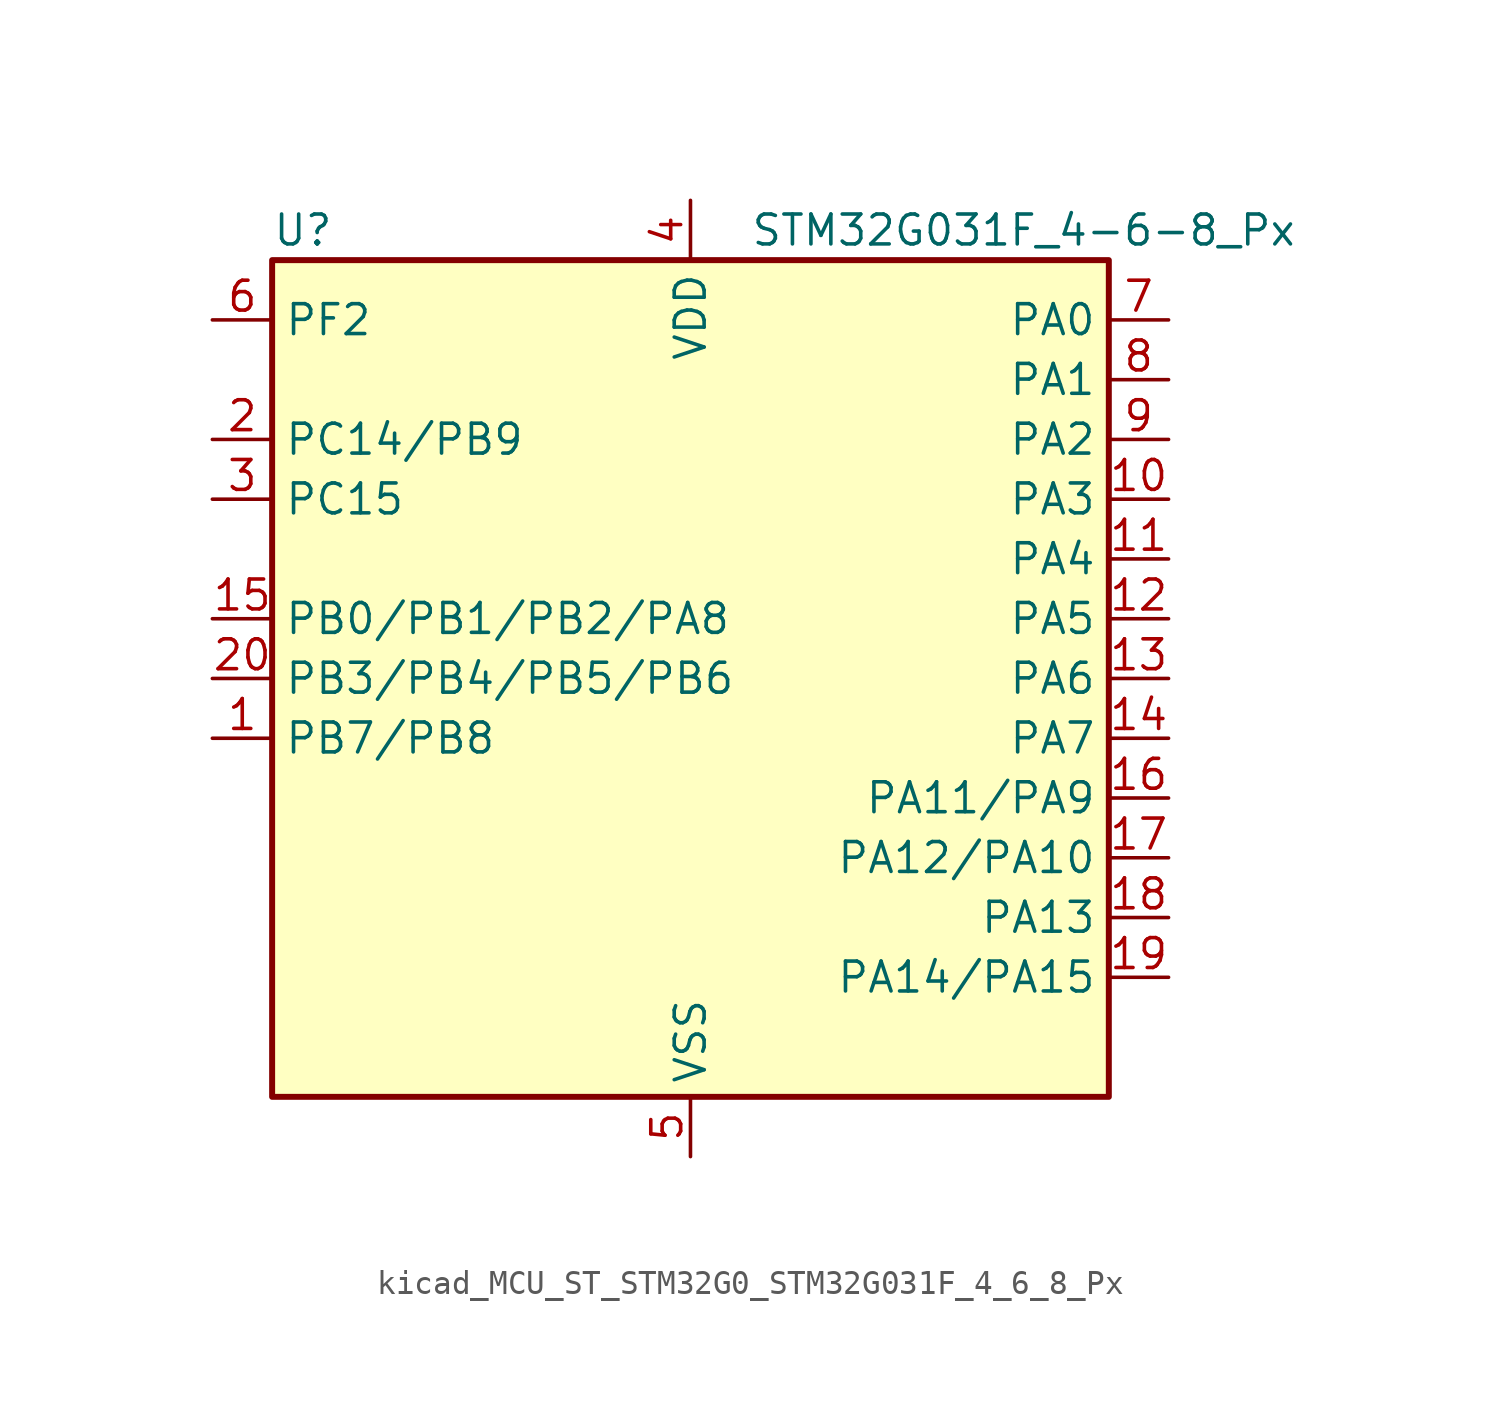
<source format=kicad_sym>
(kicad_symbol_lib
  (version 20220914)
  (generator kicad_symbol_editor)
  (symbol "kicad_MCU_ST_STM32G0_STM32G031F_4_6_8_Px"
    (property "Reference" "U"
      (at -17.78 19.05 0)
      (effects (font (size 1.27 1.27)) (justify left)))
    (property "Value" "STM32G031F_4-6-8_Px"
      (at 2.54 19.05 0)
      (effects (font (size 1.27 1.27)) (justify left)))
    (property "ki_locked" ""
      (at 0 0 0)
      (effects (font (size 1.27 1.27))))
    (symbol "kicad_MCU_ST_STM32G0_STM32G031F_4_6_8_Px_0_1"
      (rectangle (start -17.78 -17.78) (end 17.78 17.78) (stroke (width 0.254) (type default)) (fill (type background))))
    (symbol "kicad_MCU_ST_STM32G0_STM32G031F_4_6_8_Px_1_1"
      (pin bidirectional line (at -20.32 -2.54 0) (length 2.54) (name "PB7/PB8" (effects (font (size 1.27 1.27)))) (number "1" (effects (font (size 1.27 1.27)))) (alternate "ADC1_IN11" bidirectional line) (alternate "I2C1_SDA" bidirectional line) (alternate "LPTIM1_IN2" bidirectional line) (alternate "SPI2_MOSI" bidirectional line) (alternate "SYS_PVD_IN" bidirectional line) (alternate "TIM17_CH1N" bidirectional line) (alternate "USART1_RX" bidirectional line))
      (pin bidirectional line (at 20.32 7.62 180) (length 2.54) (name "PA3" (effects (font (size 1.27 1.27)))) (number "10" (effects (font (size 1.27 1.27)))) (alternate "ADC1_IN3" bidirectional line) (alternate "LPUART1_RX" bidirectional line) (alternate "SPI2_MISO" bidirectional line) (alternate "TIM2_CH4" bidirectional line) (alternate "USART2_RX" bidirectional line))
      (pin bidirectional line (at 20.32 5.08 180) (length 2.54) (name "PA4" (effects (font (size 1.27 1.27)))) (number "11" (effects (font (size 1.27 1.27)))) (alternate "ADC1_IN4" bidirectional line) (alternate "I2S1_WS" bidirectional line) (alternate "LPTIM2_OUT" bidirectional line) (alternate "RTC_OUT_ALARM" bidirectional line) (alternate "RTC_OUT_CALIB" bidirectional line) (alternate "RTC_TAMP_IN1" bidirectional line) (alternate "RTC_TS" bidirectional line) (alternate "SPI1_NSS" bidirectional line) (alternate "SPI2_MOSI" bidirectional line) (alternate "SYS_WKUP2" bidirectional line) (alternate "TIM14_CH1" bidirectional line))
      (pin bidirectional line (at 20.32 2.54 180) (length 2.54) (name "PA5" (effects (font (size 1.27 1.27)))) (number "12" (effects (font (size 1.27 1.27)))) (alternate "ADC1_IN5" bidirectional line) (alternate "I2S1_CK" bidirectional line) (alternate "LPTIM2_ETR" bidirectional line) (alternate "SPI1_SCK" bidirectional line) (alternate "TIM2_CH1" bidirectional line) (alternate "TIM2_ETR" bidirectional line))
      (pin bidirectional line (at 20.32 0 180) (length 2.54) (name "PA6" (effects (font (size 1.27 1.27)))) (number "13" (effects (font (size 1.27 1.27)))) (alternate "ADC1_IN6" bidirectional line) (alternate "I2S1_MCK" bidirectional line) (alternate "LPUART1_CTS" bidirectional line) (alternate "SPI1_MISO" bidirectional line) (alternate "TIM16_CH1" bidirectional line) (alternate "TIM1_BK" bidirectional line) (alternate "TIM3_CH1" bidirectional line))
      (pin bidirectional line (at 20.32 -2.54 180) (length 2.54) (name "PA7" (effects (font (size 1.27 1.27)))) (number "14" (effects (font (size 1.27 1.27)))) (alternate "ADC1_IN7" bidirectional line) (alternate "I2S1_SD" bidirectional line) (alternate "SPI1_MOSI" bidirectional line) (alternate "TIM14_CH1" bidirectional line) (alternate "TIM17_CH1" bidirectional line) (alternate "TIM1_CH1N" bidirectional line) (alternate "TIM3_CH2" bidirectional line))
      (pin bidirectional line (at -20.32 2.54 0) (length 2.54) (name "PB0/PB1/PB2/PA8" (effects (font (size 1.27 1.27)))) (number "15" (effects (font (size 1.27 1.27)))) (alternate "ADC1_IN8" bidirectional line) (alternate "I2S1_WS" bidirectional line) (alternate "LPTIM1_OUT" bidirectional line) (alternate "SPI1_NSS" bidirectional line) (alternate "TIM1_CH2N" bidirectional line) (alternate "TIM3_CH3" bidirectional line))
      (pin bidirectional line (at 20.32 -5.08 180) (length 2.54) (name "PA11/PA9" (effects (font (size 1.27 1.27)))) (number "16" (effects (font (size 1.27 1.27)))) (alternate "ADC1_EXTI11" bidirectional line) (alternate "ADC1_IN15" bidirectional line) (alternate "I2C2_SCL" bidirectional line) (alternate "I2S1_MCK" bidirectional line) (alternate "SPI1_MISO" bidirectional line) (alternate "TIM1_BK2" bidirectional line) (alternate "TIM1_CH4" bidirectional line) (alternate "USART1_CTS" bidirectional line) (alternate "USART1_NSS" bidirectional line))
      (pin bidirectional line (at 20.32 -7.62 180) (length 2.54) (name "PA12/PA10" (effects (font (size 1.27 1.27)))) (number "17" (effects (font (size 1.27 1.27)))) (alternate "ADC1_IN16" bidirectional line) (alternate "I2C2_SDA" bidirectional line) (alternate "I2S1_SD" bidirectional line) (alternate "I2S_CKIN" bidirectional line) (alternate "SPI1_MOSI" bidirectional line) (alternate "TIM1_ETR" bidirectional line) (alternate "USART1_CK" bidirectional line) (alternate "USART1_DE" bidirectional line) (alternate "USART1_RTS" bidirectional line))
      (pin bidirectional line (at 20.32 -10.16 180) (length 2.54) (name "PA13" (effects (font (size 1.27 1.27)))) (number "18" (effects (font (size 1.27 1.27)))) (alternate "ADC1_IN17" bidirectional line) (alternate "IR_OUT" bidirectional line) (alternate "SYS_SWDIO" bidirectional line))
      (pin bidirectional line (at 20.32 -12.7 180) (length 2.54) (name "PA14/PA15" (effects (font (size 1.27 1.27)))) (number "19" (effects (font (size 1.27 1.27)))) (alternate "ADC1_IN18" bidirectional line) (alternate "SYS_SWCLK" bidirectional line) (alternate "USART2_TX" bidirectional line))
      (pin bidirectional line (at -20.32 10.16 0) (length 2.54) (name "PC14/PB9" (effects (font (size 1.27 1.27)))) (number "2" (effects (font (size 1.27 1.27)))) (alternate "RCC_OSC32_IN" bidirectional line) (alternate "RCC_OSC_IN" bidirectional line) (alternate "TIM1_BK2" bidirectional line))
      (pin bidirectional line (at -20.32 0 0) (length 2.54) (name "PB3/PB4/PB5/PB6" (effects (font (size 1.27 1.27)))) (number "20" (effects (font (size 1.27 1.27)))) (alternate "I2S1_CK" bidirectional line) (alternate "SPI1_SCK" bidirectional line) (alternate "TIM1_CH2" bidirectional line) (alternate "TIM2_CH2" bidirectional line) (alternate "USART1_CK" bidirectional line) (alternate "USART1_DE" bidirectional line) (alternate "USART1_RTS" bidirectional line))
      (pin bidirectional line (at -20.32 7.62 0) (length 2.54) (name "PC15" (effects (font (size 1.27 1.27)))) (number "3" (effects (font (size 1.27 1.27)))) (alternate "RCC_OSC32_EN" bidirectional line) (alternate "RCC_OSC32_OUT" bidirectional line) (alternate "RCC_OSC_EN" bidirectional line))
      (pin power_in line (at 0 20.32 270) (length 2.54) (name "VDD" (effects (font (size 1.27 1.27)))) (number "4" (effects (font (size 1.27 1.27)))))
      (pin power_in line (at 0 -20.32 90) (length 2.54) (name "VSS" (effects (font (size 1.27 1.27)))) (number "5" (effects (font (size 1.27 1.27)))))
      (pin bidirectional line (at -20.32 15.24 0) (length 2.54) (name "PF2" (effects (font (size 1.27 1.27)))) (number "6" (effects (font (size 1.27 1.27)))) (alternate "RCC_MCO" bidirectional line))
      (pin bidirectional line (at 20.32 15.24 180) (length 2.54) (name "PA0" (effects (font (size 1.27 1.27)))) (number "7" (effects (font (size 1.27 1.27)))) (alternate "ADC1_IN0" bidirectional line) (alternate "LPTIM1_OUT" bidirectional line) (alternate "RTC_TAMP_IN2" bidirectional line) (alternate "SPI2_SCK" bidirectional line) (alternate "SYS_WKUP1" bidirectional line) (alternate "TIM2_CH1" bidirectional line) (alternate "TIM2_ETR" bidirectional line) (alternate "USART2_CTS" bidirectional line) (alternate "USART2_NSS" bidirectional line))
      (pin bidirectional line (at 20.32 12.7 180) (length 2.54) (name "PA1" (effects (font (size 1.27 1.27)))) (number "8" (effects (font (size 1.27 1.27)))) (alternate "ADC1_IN1" bidirectional line) (alternate "I2C1_SMBA" bidirectional line) (alternate "I2S1_CK" bidirectional line) (alternate "SPI1_SCK" bidirectional line) (alternate "TIM2_CH2" bidirectional line) (alternate "USART2_CK" bidirectional line) (alternate "USART2_DE" bidirectional line) (alternate "USART2_RTS" bidirectional line))
      (pin bidirectional line (at 20.32 10.16 180) (length 2.54) (name "PA2" (effects (font (size 1.27 1.27)))) (number "9" (effects (font (size 1.27 1.27)))) (alternate "ADC1_IN2" bidirectional line) (alternate "I2S1_SD" bidirectional line) (alternate "LPUART1_TX" bidirectional line) (alternate "RCC_LSCO" bidirectional line) (alternate "SPI1_MOSI" bidirectional line) (alternate "SYS_WKUP4" bidirectional line) (alternate "TIM2_CH3" bidirectional line) (alternate "USART2_TX" bidirectional line)))))
</source>
